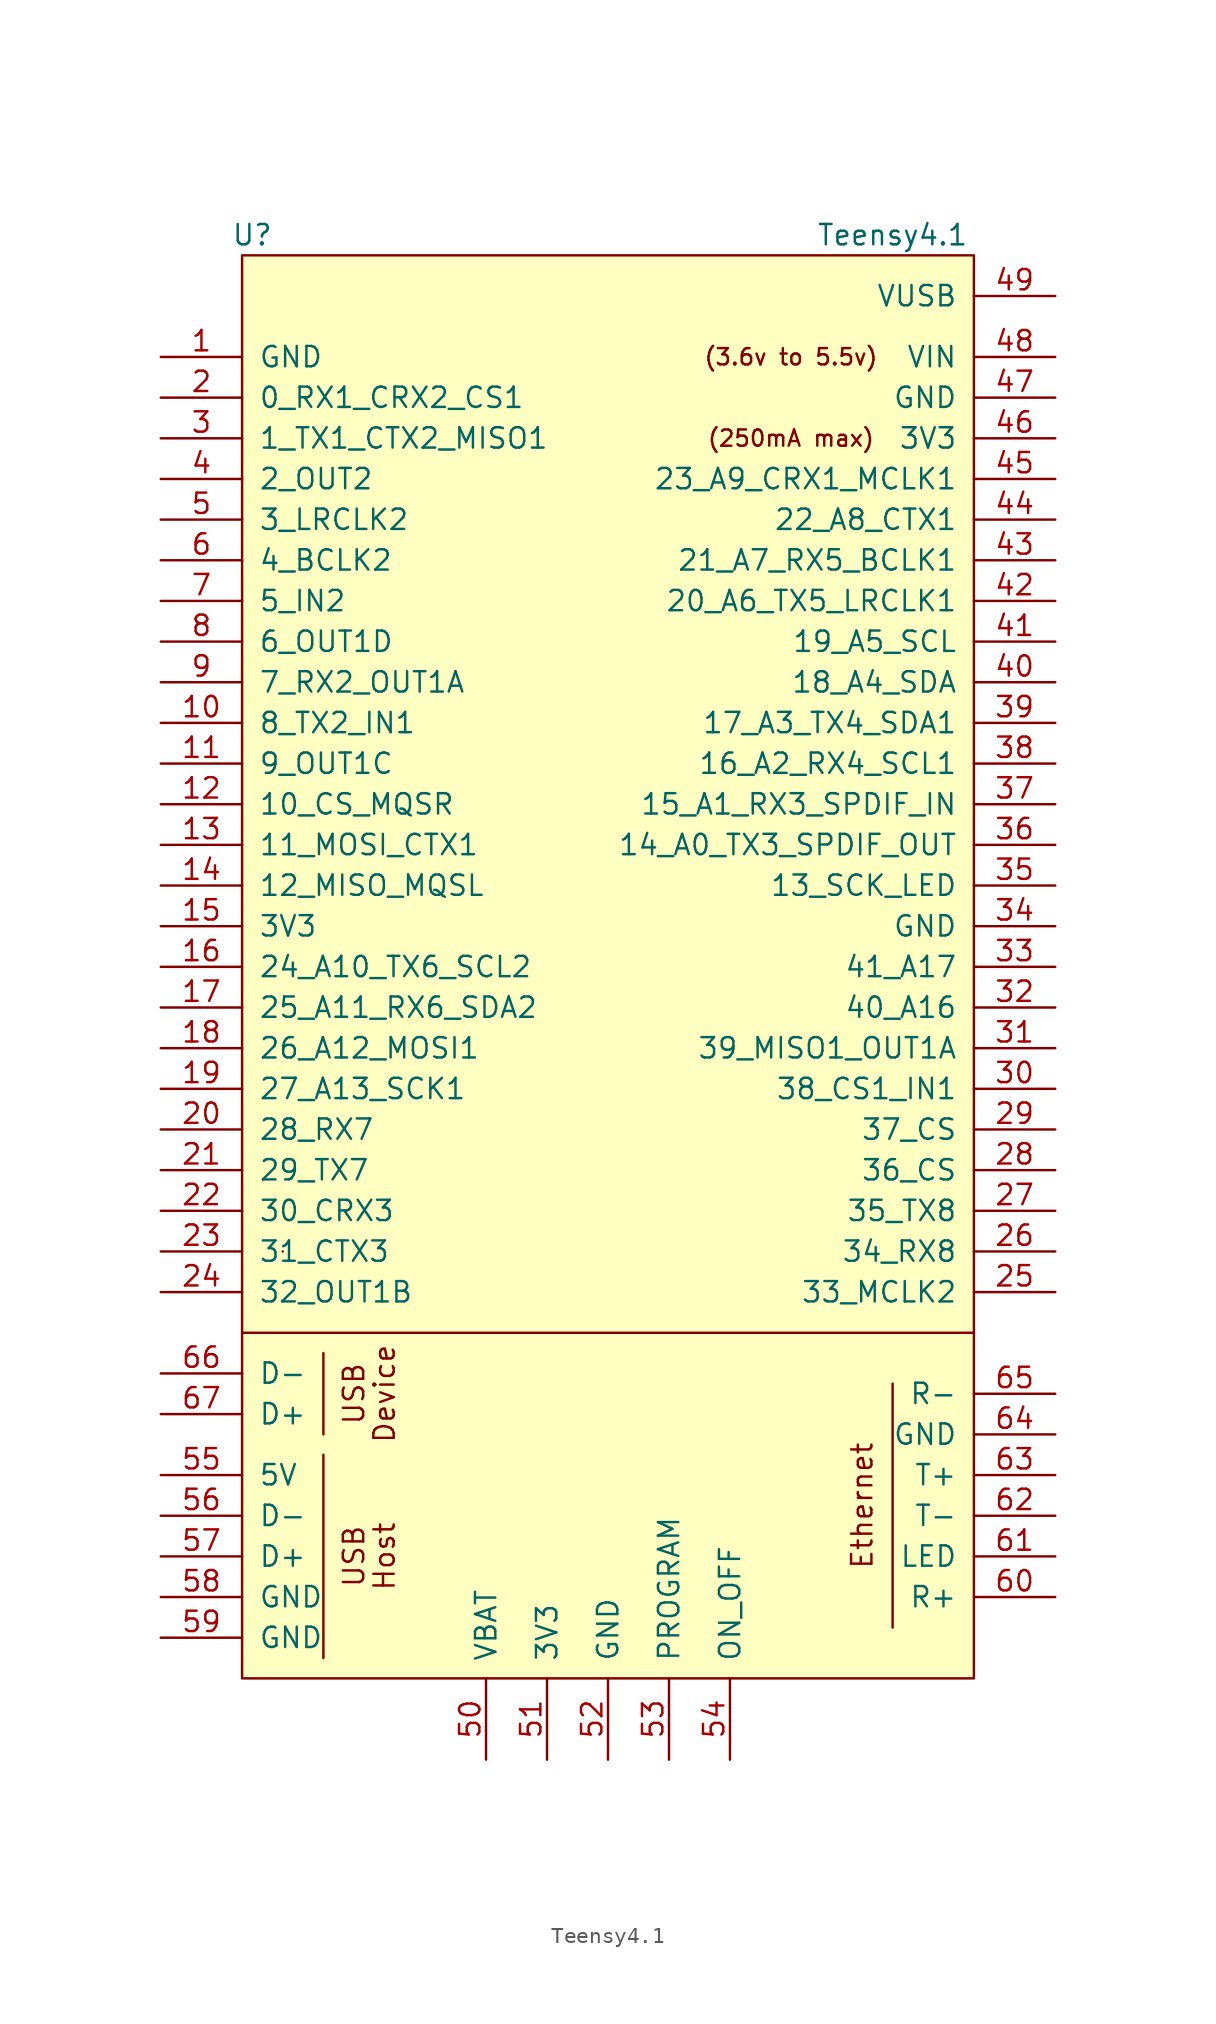
<source format=kicad_sym>
(kicad_symbol_lib
  (version 20241209)
  (generator "kicad_symbol_editor")
  (generator_version "9.0")
  (symbol "Teensy4.1"
    (pin_names
      (offset 1.016))
    (property "Reference" "U"
      (at -22.225 62.23 0)
      (effects (font (size 1.27 1.27))))
    (property "Value" "Teensy4.1"
      (at 17.78 62.23 0)
      (effects (font (size 1.27 1.27))))
    (symbol "Teensy4.1_0_0"
      (polyline (pts (xy -22.86 -6.35) (xy 22.86 -6.35)) (stroke (width 0) (type default)) (fill (type none)))
      (polyline (pts (xy -17.78 -7.62) (xy -17.78 -12.7)) (stroke (width 0) (type default)) (fill (type none)))
      (polyline (pts (xy -17.78 -26.67) (xy -17.78 -13.97)) (stroke (width 0) (type default)) (fill (type none)))
      (polyline (pts (xy 17.78 -9.525) (xy 17.78 -24.765)) (stroke (width 0) (type default)) (fill (type none)))
      (text "USB" (at -15.875 -10.16 900) (effects (font (size 1.27 1.27))))
      (text "USB" (at -15.875 -20.32 900) (effects (font (size 1.27 1.27))))
      (text "Device" (at -13.97 -10.16 900) (effects (font (size 1.27 1.27))))
      (text "Host" (at -13.97 -20.32 900) (effects (font (size 1.27 1.27))))
      (text "(3.6v to 5.5v)" (at 11.43 54.61 0) (effects (font (size 1.016 1.016))))
      (text "(250mA max)" (at 11.43 49.53 0) (effects (font (size 1.016 1.016))))
      (text "Ethernet" (at 15.875 -17.145 900) (effects (font (size 1.27 1.27))))
      (pin bidirectional line (at -27.94 44.45 0) (length 5.08) (name "3_LRCLK2" (effects (font (size 1.27 1.27)))) (number "5" (effects (font (size 1.27 1.27)))))
      (pin bidirectional line (at -27.94 41.91 0) (length 5.08) (name "4_BCLK2" (effects (font (size 1.27 1.27)))) (number "6" (effects (font (size 1.27 1.27)))))
      (pin bidirectional line (at -27.94 39.37 0) (length 5.08) (name "5_IN2" (effects (font (size 1.27 1.27)))) (number "7" (effects (font (size 1.27 1.27)))))
      (pin bidirectional line (at -27.94 36.83 0) (length 5.08) (name "6_OUT1D" (effects (font (size 1.27 1.27)))) (number "8" (effects (font (size 1.27 1.27)))))
      (pin bidirectional line (at -27.94 34.29 0) (length 5.08) (name "7_RX2_OUT1A" (effects (font (size 1.27 1.27)))) (number "9" (effects (font (size 1.27 1.27)))))
      (pin bidirectional line (at -27.94 31.75 0) (length 5.08) (name "8_TX2_IN1" (effects (font (size 1.27 1.27)))) (number "10" (effects (font (size 1.27 1.27)))))
      (pin bidirectional line (at -27.94 29.21 0) (length 5.08) (name "9_OUT1C" (effects (font (size 1.27 1.27)))) (number "11" (effects (font (size 1.27 1.27)))))
      (pin bidirectional line (at -27.94 26.67 0) (length 5.08) (name "10_CS_MQSR" (effects (font (size 1.27 1.27)))) (number "12" (effects (font (size 1.27 1.27)))))
      (pin bidirectional line (at -27.94 24.13 0) (length 5.08) (name "11_MOSI_CTX1" (effects (font (size 1.27 1.27)))) (number "13" (effects (font (size 1.27 1.27)))))
      (pin bidirectional line (at -27.94 21.59 0) (length 5.08) (name "12_MISO_MQSL" (effects (font (size 1.27 1.27)))) (number "14" (effects (font (size 1.27 1.27)))))
      (pin power_in line (at -27.94 19.05 0) (length 5.08) (name "3V3" (effects (font (size 1.27 1.27)))) (number "15" (effects (font (size 1.27 1.27)))))
      (pin bidirectional line (at -27.94 16.51 0) (length 5.08) (name "24_A10_TX6_SCL2" (effects (font (size 1.27 1.27)))) (number "16" (effects (font (size 1.27 1.27)))))
      (pin bidirectional line (at -27.94 13.97 0) (length 5.08) (name "25_A11_RX6_SDA2" (effects (font (size 1.27 1.27)))) (number "17" (effects (font (size 1.27 1.27)))))
      (pin bidirectional line (at -27.94 11.43 0) (length 5.08) (name "26_A12_MOSI1" (effects (font (size 1.27 1.27)))) (number "18" (effects (font (size 1.27 1.27)))))
      (pin bidirectional line (at -27.94 8.89 0) (length 5.08) (name "27_A13_SCK1" (effects (font (size 1.27 1.27)))) (number "19" (effects (font (size 1.27 1.27)))))
      (pin bidirectional line (at -27.94 6.35 0) (length 5.08) (name "28_RX7" (effects (font (size 1.27 1.27)))) (number "20" (effects (font (size 1.27 1.27)))))
      (pin bidirectional line (at -27.94 3.81 0) (length 5.08) (name "29_TX7" (effects (font (size 1.27 1.27)))) (number "21" (effects (font (size 1.27 1.27)))))
      (pin bidirectional line (at -27.94 1.27 0) (length 5.08) (name "30_CRX3" (effects (font (size 1.27 1.27)))) (number "22" (effects (font (size 1.27 1.27)))))
      (pin bidirectional line (at -27.94 -1.27 0) (length 5.08) (name "31_CTX3" (effects (font (size 1.27 1.27)))) (number "23" (effects (font (size 1.27 1.27)))))
      (pin bidirectional line (at -27.94 -3.81 0) (length 5.08) (name "32_OUT1B" (effects (font (size 1.27 1.27)))) (number "24" (effects (font (size 1.27 1.27)))))
      (pin bidirectional line (at -27.94 -8.89 0) (length 5.08) (name "D-" (effects (font (size 1.27 1.27)))) (number "66" (effects (font (size 1.27 1.27)))))
      (pin bidirectional line (at -27.94 -11.43 0) (length 5.08) (name "D+" (effects (font (size 1.27 1.27)))) (number "67" (effects (font (size 1.27 1.27)))))
      (pin power_out line (at -27.94 -15.24 0) (length 5.08) (name "5V" (effects (font (size 1.27 1.27)))) (number "55" (effects (font (size 1.27 1.27)))))
      (pin bidirectional line (at -27.94 -17.78 0) (length 5.08) (name "D-" (effects (font (size 1.27 1.27)))) (number "56" (effects (font (size 1.27 1.27)))))
      (pin bidirectional line (at -27.94 -20.32 0) (length 5.08) (name "D+" (effects (font (size 1.27 1.27)))) (number "57" (effects (font (size 1.27 1.27)))))
      (pin power_in line (at -27.94 -22.86 0) (length 5.08) (name "GND" (effects (font (size 1.27 1.27)))) (number "58" (effects (font (size 1.27 1.27)))))
      (pin power_in line (at -27.94 -25.4 0) (length 5.08) (name "GND" (effects (font (size 1.27 1.27)))) (number "59" (effects (font (size 1.27 1.27)))))
      (pin power_in line (at -7.62 -33.02 90) (length 5.08) (name "VBAT" (effects (font (size 1.27 1.27)))) (number "50" (effects (font (size 1.27 1.27)))))
      (pin power_in line (at -3.81 -33.02 90) (length 5.08) (name "3V3" (effects (font (size 1.27 1.27)))) (number "51" (effects (font (size 1.27 1.27)))))
      (pin power_out line (at 0 -33.02 90) (length 5.08) (name "GND" (effects (font (size 1.27 1.27)))) (number "52" (effects (font (size 1.27 1.27)))))
      (pin input line (at 3.81 -33.02 90) (length 5.08) (name "PROGRAM" (effects (font (size 1.27 1.27)))) (number "53" (effects (font (size 1.27 1.27)))))
      (pin input line (at 7.62 -33.02 90) (length 5.08) (name "ON_OFF" (effects (font (size 1.27 1.27)))) (number "54" (effects (font (size 1.27 1.27)))))
      (pin power_out line (at 27.94 58.42 180) (length 5.08) (name "VUSB" (effects (font (size 1.27 1.27)))) (number "49" (effects (font (size 1.27 1.27)))))
      (pin power_in line (at 27.94 54.61 180) (length 5.08) (name "VIN" (effects (font (size 1.27 1.27)))) (number "48" (effects (font (size 1.27 1.27)))))
      (pin power_in line (at 27.94 52.07 180) (length 5.08) (name "GND" (effects (font (size 1.27 1.27)))) (number "47" (effects (font (size 1.27 1.27)))))
      (pin power_in line (at 27.94 49.53 180) (length 5.08) (name "3V3" (effects (font (size 1.27 1.27)))) (number "46" (effects (font (size 1.27 1.27)))))
      (pin bidirectional line (at 27.94 46.99 180) (length 5.08) (name "23_A9_CRX1_MCLK1" (effects (font (size 1.27 1.27)))) (number "45" (effects (font (size 1.27 1.27)))))
      (pin bidirectional line (at 27.94 44.45 180) (length 5.08) (name "22_A8_CTX1" (effects (font (size 1.27 1.27)))) (number "44" (effects (font (size 1.27 1.27)))))
      (pin bidirectional line (at 27.94 41.91 180) (length 5.08) (name "21_A7_RX5_BCLK1" (effects (font (size 1.27 1.27)))) (number "43" (effects (font (size 1.27 1.27)))))
      (pin bidirectional line (at 27.94 39.37 180) (length 5.08) (name "20_A6_TX5_LRCLK1" (effects (font (size 1.27 1.27)))) (number "42" (effects (font (size 1.27 1.27)))))
      (pin bidirectional line (at 27.94 36.83 180) (length 5.08) (name "19_A5_SCL" (effects (font (size 1.27 1.27)))) (number "41" (effects (font (size 1.27 1.27)))))
      (pin bidirectional line (at 27.94 34.29 180) (length 5.08) (name "18_A4_SDA" (effects (font (size 1.27 1.27)))) (number "40" (effects (font (size 1.27 1.27)))))
      (pin bidirectional line (at 27.94 31.75 180) (length 5.08) (name "17_A3_TX4_SDA1" (effects (font (size 1.27 1.27)))) (number "39" (effects (font (size 1.27 1.27)))))
      (pin bidirectional line (at 27.94 29.21 180) (length 5.08) (name "16_A2_RX4_SCL1" (effects (font (size 1.27 1.27)))) (number "38" (effects (font (size 1.27 1.27)))))
      (pin bidirectional line (at 27.94 26.67 180) (length 5.08) (name "15_A1_RX3_SPDIF_IN" (effects (font (size 1.27 1.27)))) (number "37" (effects (font (size 1.27 1.27)))))
      (pin bidirectional line (at 27.94 24.13 180) (length 5.08) (name "14_A0_TX3_SPDIF_OUT" (effects (font (size 1.27 1.27)))) (number "36" (effects (font (size 1.27 1.27)))))
      (pin bidirectional line (at 27.94 21.59 180) (length 5.08) (name "13_SCK_LED" (effects (font (size 1.27 1.27)))) (number "35" (effects (font (size 1.27 1.27)))))
      (pin bidirectional line (at 27.94 16.51 180) (length 5.08) (name "41_A17" (effects (font (size 1.27 1.27)))) (number "33" (effects (font (size 1.27 1.27)))))
      (pin bidirectional line (at 27.94 13.97 180) (length 5.08) (name "40_A16" (effects (font (size 1.27 1.27)))) (number "32" (effects (font (size 1.27 1.27)))))
      (pin bidirectional line (at 27.94 11.43 180) (length 5.08) (name "39_MISO1_OUT1A" (effects (font (size 1.27 1.27)))) (number "31" (effects (font (size 1.27 1.27)))))
      (pin bidirectional line (at 27.94 8.89 180) (length 5.08) (name "38_CS1_IN1" (effects (font (size 1.27 1.27)))) (number "30" (effects (font (size 1.27 1.27)))))
      (pin bidirectional line (at 27.94 6.35 180) (length 5.08) (name "37_CS" (effects (font (size 1.27 1.27)))) (number "29" (effects (font (size 1.27 1.27)))))
      (pin bidirectional line (at 27.94 3.81 180) (length 5.08) (name "36_CS" (effects (font (size 1.27 1.27)))) (number "28" (effects (font (size 1.27 1.27)))))
      (pin bidirectional line (at 27.94 1.27 180) (length 5.08) (name "35_TX8" (effects (font (size 1.27 1.27)))) (number "27" (effects (font (size 1.27 1.27)))))
      (pin bidirectional line (at 27.94 -1.27 180) (length 5.08) (name "34_RX8" (effects (font (size 1.27 1.27)))) (number "26" (effects (font (size 1.27 1.27)))))
      (pin bidirectional line (at 27.94 -3.81 180) (length 5.08) (name "33_MCLK2" (effects (font (size 1.27 1.27)))) (number "25" (effects (font (size 1.27 1.27)))))
      (pin bidirectional line (at 27.94 -10.16 180) (length 5.08) (name "R-" (effects (font (size 1.27 1.27)))) (number "65" (effects (font (size 1.27 1.27)))))
      (pin power_in line (at 27.94 -12.7 180) (length 5.08) (name "GND" (effects (font (size 1.27 1.27)))) (number "64" (effects (font (size 1.27 1.27)))))
      (pin bidirectional line (at 27.94 -15.24 180) (length 5.08) (name "T+" (effects (font (size 1.27 1.27)))) (number "63" (effects (font (size 1.27 1.27)))))
      (pin bidirectional line (at 27.94 -17.78 180) (length 5.08) (name "T-" (effects (font (size 1.27 1.27)))) (number "62" (effects (font (size 1.27 1.27)))))
      (pin bidirectional line (at 27.94 -20.32 180) (length 5.08) (name "LED" (effects (font (size 1.27 1.27)))) (number "61" (effects (font (size 1.27 1.27)))))
      (pin bidirectional line (at 27.94 -22.86 180) (length 5.08) (name "R+" (effects (font (size 1.27 1.27)))) (number "60" (effects (font (size 1.27 1.27))))))
    (symbol "Teensy4.1_0_1"
      (rectangle (start -22.86 60.96) (end 22.86 -27.94) (stroke (width 0) (type default)) (fill (type background)))
      (rectangle (start -20.32 -1.27) (end -20.32 -1.27) (stroke (width 0) (type default)) (fill (type none))))
    (symbol "Teensy4.1_1_1"
      (pin power_in line (at -27.94 54.61 0) (length 5.08) (name "GND" (effects (font (size 1.27 1.27)))) (number "1" (effects (font (size 1.27 1.27)))))
      (pin bidirectional line (at -27.94 52.07 0) (length 5.08) (name "0_RX1_CRX2_CS1" (effects (font (size 1.27 1.27)))) (number "2" (effects (font (size 1.27 1.27)))))
      (pin bidirectional line (at -27.94 49.53 0) (length 5.08) (name "1_TX1_CTX2_MISO1" (effects (font (size 1.27 1.27)))) (number "3" (effects (font (size 1.27 1.27)))))
      (pin bidirectional line (at -27.94 46.99 0) (length 5.08) (name "2_OUT2" (effects (font (size 1.27 1.27)))) (number "4" (effects (font (size 1.27 1.27)))))
      (pin power_in line (at 27.94 19.05 180) (length 5.08) (name "GND" (effects (font (size 1.27 1.27)))) (number "34" (effects (font (size 1.27 1.27))))))))
</source>
